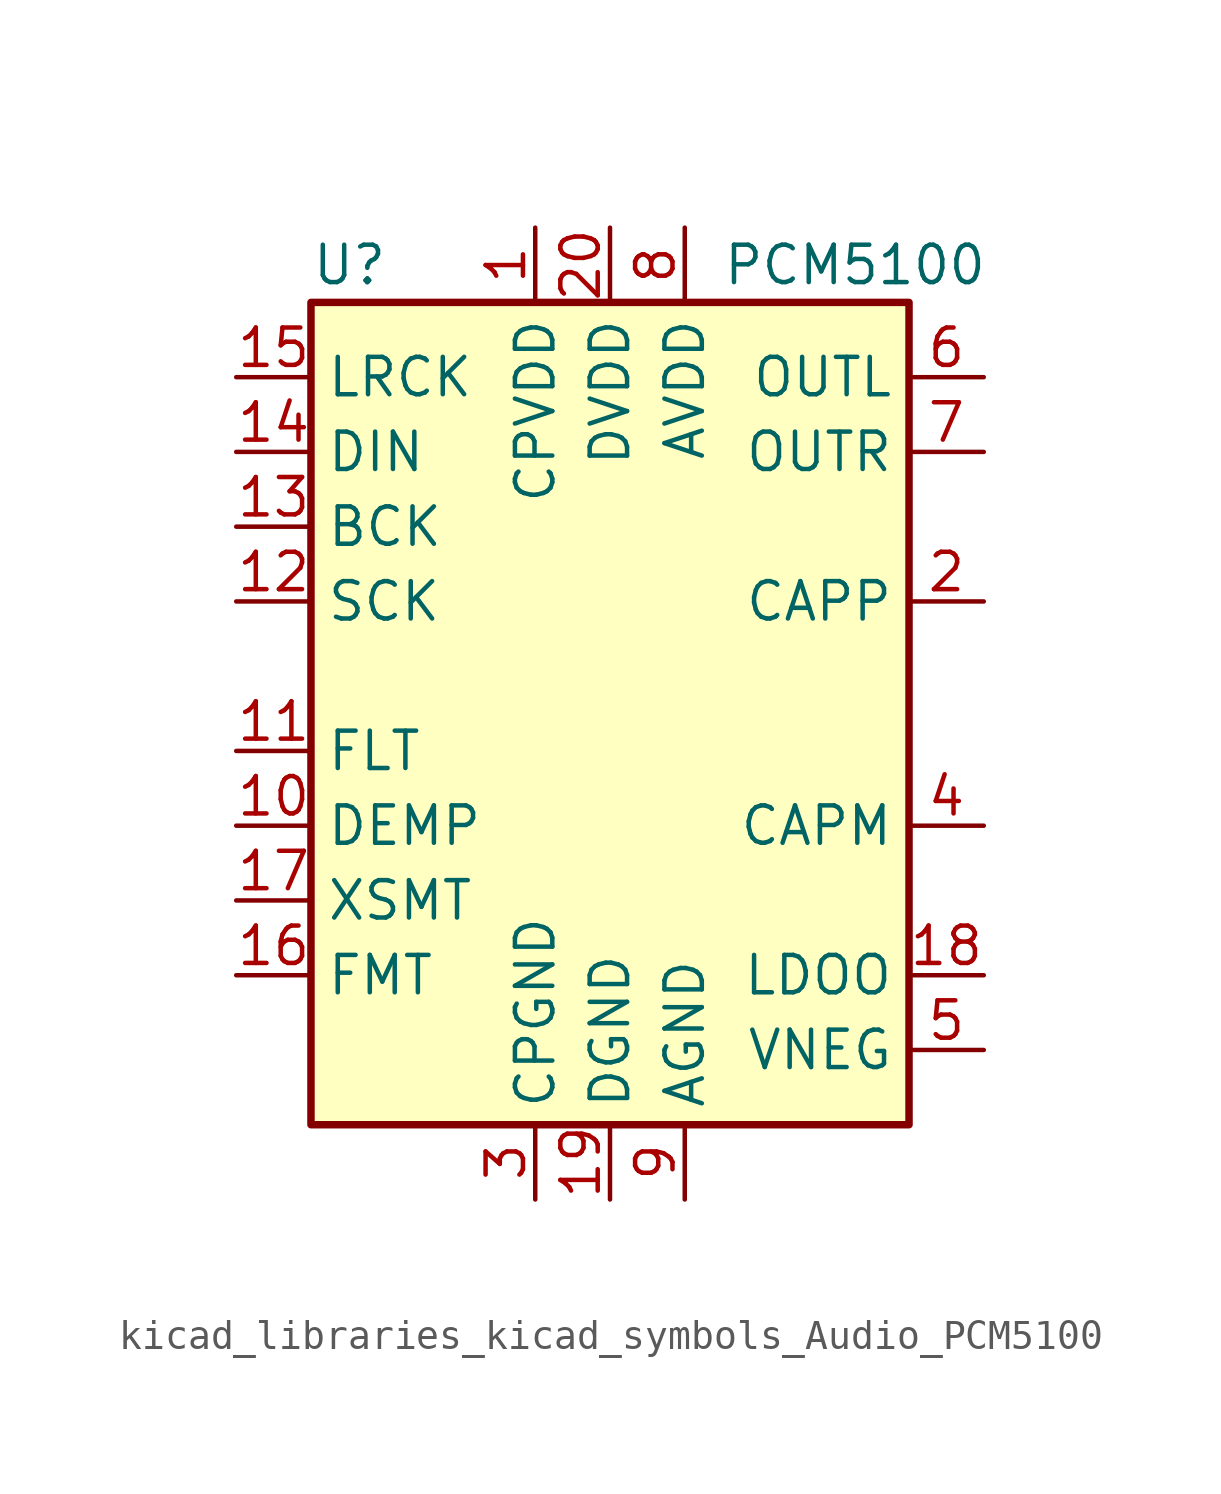
<source format=kicad_sym>
(kicad_symbol_lib
  (version 20220914)
  (generator kicad_symbol_editor)
  (symbol "kicad_libraries_kicad_symbols_Audio_PCM5100"
    (property "Reference" "U"
      (at -10.16 13.97 0)
      (effects (font (size 1.27 1.27)) (justify left)))
    (property "Value" "PCM5100"
      (at 3.81 13.97 0)
      (effects (font (size 1.27 1.27)) (justify left)))
    (symbol "kicad_libraries_kicad_symbols_Audio_PCM5100_0_1"
      (rectangle (start -10.16 12.7) (end 10.16 -15.24) (stroke (width 0.254) (type default)) (fill (type background))))
    (symbol "kicad_libraries_kicad_symbols_Audio_PCM5100_1_1"
      (pin passive line (at -2.54 15.24 270) (length 2.54) (name "CPVDD" (effects (font (size 1.27 1.27)))) (number "1" (effects (font (size 1.27 1.27)))))
      (pin input line (at -12.7 -5.08 0) (length 2.54) (name "DEMP" (effects (font (size 1.27 1.27)))) (number "10" (effects (font (size 1.27 1.27)))))
      (pin input line (at -12.7 -2.54 0) (length 2.54) (name "FLT" (effects (font (size 1.27 1.27)))) (number "11" (effects (font (size 1.27 1.27)))))
      (pin input line (at -12.7 2.54 0) (length 2.54) (name "SCK" (effects (font (size 1.27 1.27)))) (number "12" (effects (font (size 1.27 1.27)))))
      (pin input line (at -12.7 5.08 0) (length 2.54) (name "BCK" (effects (font (size 1.27 1.27)))) (number "13" (effects (font (size 1.27 1.27)))))
      (pin input line (at -12.7 7.62 0) (length 2.54) (name "DIN" (effects (font (size 1.27 1.27)))) (number "14" (effects (font (size 1.27 1.27)))))
      (pin input line (at -12.7 10.16 0) (length 2.54) (name "LRCK" (effects (font (size 1.27 1.27)))) (number "15" (effects (font (size 1.27 1.27)))))
      (pin input line (at -12.7 -10.16 0) (length 2.54) (name "FMT" (effects (font (size 1.27 1.27)))) (number "16" (effects (font (size 1.27 1.27)))))
      (pin input line (at -12.7 -7.62 0) (length 2.54) (name "XSMT" (effects (font (size 1.27 1.27)))) (number "17" (effects (font (size 1.27 1.27)))))
      (pin passive line (at 12.7 -10.16 180) (length 2.54) (name "LDOO" (effects (font (size 1.27 1.27)))) (number "18" (effects (font (size 1.27 1.27)))))
      (pin power_in line (at 0 -17.78 90) (length 2.54) (name "DGND" (effects (font (size 1.27 1.27)))) (number "19" (effects (font (size 1.27 1.27)))))
      (pin passive line (at 12.7 2.54 180) (length 2.54) (name "CAPP" (effects (font (size 1.27 1.27)))) (number "2" (effects (font (size 1.27 1.27)))))
      (pin power_in line (at 0 15.24 270) (length 2.54) (name "DVDD" (effects (font (size 1.27 1.27)))) (number "20" (effects (font (size 1.27 1.27)))))
      (pin power_in line (at -2.54 -17.78 90) (length 2.54) (name "CPGND" (effects (font (size 1.27 1.27)))) (number "3" (effects (font (size 1.27 1.27)))))
      (pin passive line (at 12.7 -5.08 180) (length 2.54) (name "CAPM" (effects (font (size 1.27 1.27)))) (number "4" (effects (font (size 1.27 1.27)))))
      (pin passive line (at 12.7 -12.7 180) (length 2.54) (name "VNEG" (effects (font (size 1.27 1.27)))) (number "5" (effects (font (size 1.27 1.27)))))
      (pin output line (at 12.7 10.16 180) (length 2.54) (name "OUTL" (effects (font (size 1.27 1.27)))) (number "6" (effects (font (size 1.27 1.27)))))
      (pin output line (at 12.7 7.62 180) (length 2.54) (name "OUTR" (effects (font (size 1.27 1.27)))) (number "7" (effects (font (size 1.27 1.27)))))
      (pin power_in line (at 2.54 15.24 270) (length 2.54) (name "AVDD" (effects (font (size 1.27 1.27)))) (number "8" (effects (font (size 1.27 1.27)))))
      (pin power_in line (at 2.54 -17.78 90) (length 2.54) (name "AGND" (effects (font (size 1.27 1.27)))) (number "9" (effects (font (size 1.27 1.27))))))))
</source>
